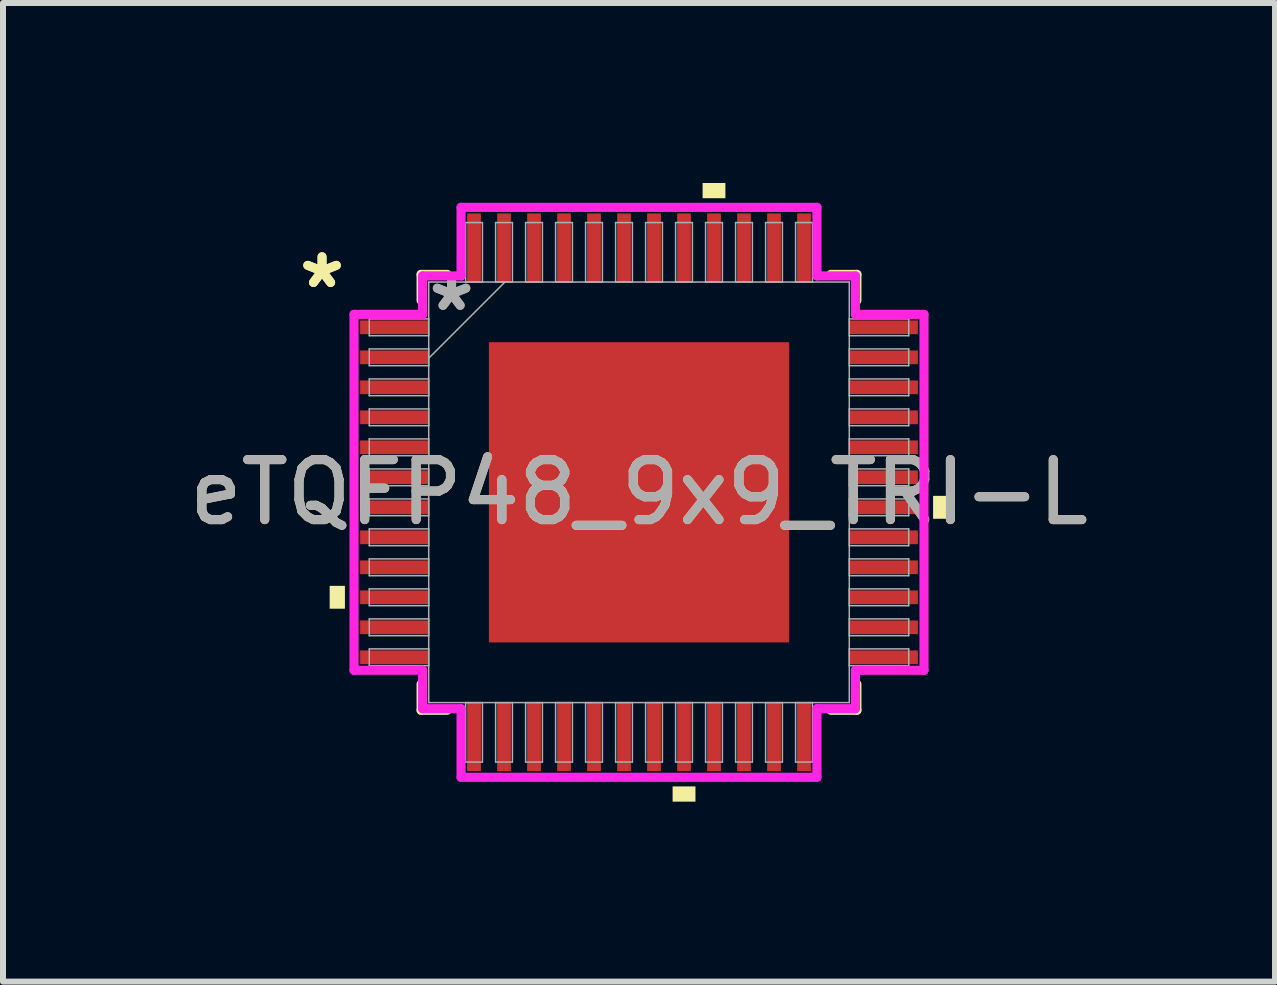
<source format=kicad_pcb>
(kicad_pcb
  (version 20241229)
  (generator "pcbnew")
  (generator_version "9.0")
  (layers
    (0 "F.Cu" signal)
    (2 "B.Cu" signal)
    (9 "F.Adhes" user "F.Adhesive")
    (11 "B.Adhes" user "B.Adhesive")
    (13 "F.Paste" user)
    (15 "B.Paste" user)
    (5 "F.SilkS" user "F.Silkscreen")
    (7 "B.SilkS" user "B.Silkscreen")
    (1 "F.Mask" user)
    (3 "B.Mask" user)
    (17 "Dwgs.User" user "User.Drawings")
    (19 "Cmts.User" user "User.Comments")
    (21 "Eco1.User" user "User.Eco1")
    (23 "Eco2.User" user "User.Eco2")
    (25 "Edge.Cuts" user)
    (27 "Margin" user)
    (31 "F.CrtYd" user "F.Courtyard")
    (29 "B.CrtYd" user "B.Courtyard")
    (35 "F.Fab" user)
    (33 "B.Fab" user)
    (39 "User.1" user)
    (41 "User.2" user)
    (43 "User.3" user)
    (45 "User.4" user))
  (footprint "eTQFP48_9x9_TRI-L"
    (layer "F.Cu")
    (at 7.601 5.156)
    (property "Reference" "eTQFP48_9x9_TRI-L" (at 0 0 0) (unlocked yes) (layer "F.SilkS") (effects (font (size 1 1) (thickness 0.15))))
    (attr smd)
    (fp_line (start -3.632 -3.632) (end -3.632 -3.197) (stroke (width 0.152) (type solid)) (layer "F.SilkS"))
    (fp_line (start -3.632 3.197) (end -3.632 3.632) (stroke (width 0.152) (type solid)) (layer "F.SilkS"))
    (fp_line (start -3.632 3.632) (end -3.197 3.632) (stroke (width 0.152) (type solid)) (layer "F.SilkS"))
    (fp_line (start -3.197 -3.632) (end -3.632 -3.632) (stroke (width 0.152) (type solid)) (layer "F.SilkS"))
    (fp_line (start 3.197 3.632) (end 3.632 3.632) (stroke (width 0.152) (type solid)) (layer "F.SilkS"))
    (fp_line (start 3.632 -3.632) (end 3.197 -3.632) (stroke (width 0.152) (type solid)) (layer "F.SilkS"))
    (fp_line (start 3.632 -3.197) (end 3.632 -3.632) (stroke (width 0.152) (type solid)) (layer "F.SilkS"))
    (fp_line (start 3.632 3.632) (end 3.632 3.197) (stroke (width 0.152) (type solid)) (layer "F.SilkS"))
    (fp_poly (pts (xy -5.156 1.559) (xy -5.156 1.94) (xy -4.902 1.94) (xy -4.902 1.559)) (stroke (width 0) (type solid)) (fill yes) (layer "F.SilkS"))
    (fp_poly (pts (xy 0.56 4.902) (xy 0.56 5.156) (xy 0.941 5.156) (xy 0.941 4.902)) (stroke (width 0) (type solid)) (fill yes) (layer "F.SilkS"))
    (fp_poly (pts (xy 1.06 -4.902) (xy 1.06 -5.156) (xy 1.44 -5.156) (xy 1.44 -4.902)) (stroke (width 0) (type solid)) (fill yes) (layer "F.SilkS"))
    (fp_poly (pts (xy 5.156 0.059) (xy 5.156 0.441) (xy 4.902 0.441) (xy 4.902 0.059)) (stroke (width 0) (type solid)) (fill yes) (layer "F.SilkS"))
    (fp_poly (pts (xy -2.402 -2.402) (xy -2.402 -0.934) (xy -0.934 -0.934) (xy -0.934 -2.402)) (stroke (width 0) (type solid)) (fill yes) (layer "F.Paste"))
    (fp_poly (pts (xy -2.402 -0.734) (xy -2.402 0.734) (xy -0.934 0.734) (xy -0.934 -0.734)) (stroke (width 0) (type solid)) (fill yes) (layer "F.Paste"))
    (fp_poly (pts (xy -2.402 0.934) (xy -2.402 2.402) (xy -0.934 2.402) (xy -0.934 0.934)) (stroke (width 0) (type solid)) (fill yes) (layer "F.Paste"))
    (fp_poly (pts (xy -0.734 -2.402) (xy -0.734 -0.934) (xy 0.734 -0.934) (xy 0.734 -2.402)) (stroke (width 0) (type solid)) (fill yes) (layer "F.Paste"))
    (fp_poly (pts (xy -0.734 -0.734) (xy -0.734 0.734) (xy 0.734 0.734) (xy 0.734 -0.734)) (stroke (width 0) (type solid)) (fill yes) (layer "F.Paste"))
    (fp_poly (pts (xy -0.734 0.934) (xy -0.734 2.402) (xy 0.734 2.402) (xy 0.734 0.934)) (stroke (width 0) (type solid)) (fill yes) (layer "F.Paste"))
    (fp_poly (pts (xy 0.934 -2.402) (xy 0.934 -0.934) (xy 2.402 -0.934) (xy 2.402 -2.402)) (stroke (width 0) (type solid)) (fill yes) (layer "F.Paste"))
    (fp_poly (pts (xy 0.934 -0.734) (xy 0.934 0.734) (xy 2.402 0.734) (xy 2.402 -0.734)) (stroke (width 0) (type solid)) (fill yes) (layer "F.Paste"))
    (fp_poly (pts (xy 0.934 0.934) (xy 0.934 2.402) (xy 2.402 2.402) (xy 2.402 0.934)) (stroke (width 0) (type solid)) (fill yes) (layer "F.Paste"))
    (fp_line (start -4.75 -2.966) (end -3.607 -2.966) (stroke (width 0.152) (type solid)) (layer "F.CrtYd"))
    (fp_line (start -4.75 2.966) (end -4.75 -2.966) (stroke (width 0.152) (type solid)) (layer "F.CrtYd"))
    (fp_line (start -3.607 -3.607) (end -2.966 -3.607) (stroke (width 0.152) (type solid)) (layer "F.CrtYd"))
    (fp_line (start -3.607 -2.966) (end -3.607 -3.607) (stroke (width 0.152) (type solid)) (layer "F.CrtYd"))
    (fp_line (start -3.607 2.966) (end -4.75 2.966) (stroke (width 0.152) (type solid)) (layer "F.CrtYd"))
    (fp_line (start -3.607 3.607) (end -3.607 2.966) (stroke (width 0.152) (type solid)) (layer "F.CrtYd"))
    (fp_line (start -3.607 3.607) (end -2.966 3.607) (stroke (width 0.152) (type solid)) (layer "F.CrtYd"))
    (fp_line (start -2.966 -4.75) (end 2.966 -4.75) (stroke (width 0.152) (type solid)) (layer "F.CrtYd"))
    (fp_line (start -2.966 -3.607) (end -2.966 -4.75) (stroke (width 0.152) (type solid)) (layer "F.CrtYd"))
    (fp_line (start -2.966 3.607) (end -2.966 4.75) (stroke (width 0.152) (type solid)) (layer "F.CrtYd"))
    (fp_line (start -2.966 4.75) (end 2.966 4.75) (stroke (width 0.152) (type solid)) (layer "F.CrtYd"))
    (fp_line (start 2.966 -4.75) (end 2.966 -3.607) (stroke (width 0.152) (type solid)) (layer "F.CrtYd"))
    (fp_line (start 2.966 -3.607) (end 3.607 -3.607) (stroke (width 0.152) (type solid)) (layer "F.CrtYd"))
    (fp_line (start 2.966 3.607) (end 3.607 3.607) (stroke (width 0.152) (type solid)) (layer "F.CrtYd"))
    (fp_line (start 2.966 4.75) (end 2.966 3.607) (stroke (width 0.152) (type solid)) (layer "F.CrtYd"))
    (fp_line (start 3.607 -2.966) (end 3.607 -3.607) (stroke (width 0.152) (type solid)) (layer "F.CrtYd"))
    (fp_line (start 3.607 2.966) (end 4.75 2.966) (stroke (width 0.152) (type solid)) (layer "F.CrtYd"))
    (fp_line (start 3.607 3.607) (end 3.607 2.966) (stroke (width 0.152) (type solid)) (layer "F.CrtYd"))
    (fp_line (start 4.75 -2.966) (end 3.607 -2.966) (stroke (width 0.152) (type solid)) (layer "F.CrtYd"))
    (fp_line (start 4.75 2.966) (end 4.75 -2.966) (stroke (width 0.152) (type solid)) (layer "F.CrtYd"))
    (fp_line (start -4.496 -2.89) (end -4.496 -2.61) (stroke (width 0.025) (type solid)) (layer "F.Fab"))
    (fp_line (start -4.496 -2.61) (end -3.505 -2.61) (stroke (width 0.025) (type solid)) (layer "F.Fab"))
    (fp_line (start -4.496 -2.39) (end -4.496 -2.11) (stroke (width 0.025) (type solid)) (layer "F.Fab"))
    (fp_line (start -4.496 -2.11) (end -3.505 -2.11) (stroke (width 0.025) (type solid)) (layer "F.Fab"))
    (fp_line (start -4.496 -1.89) (end -4.496 -1.61) (stroke (width 0.025) (type solid)) (layer "F.Fab"))
    (fp_line (start -4.496 -1.61) (end -3.505 -1.61) (stroke (width 0.025) (type solid)) (layer "F.Fab"))
    (fp_line (start -4.496 -1.39) (end -4.496 -1.11) (stroke (width 0.025) (type solid)) (layer "F.Fab"))
    (fp_line (start -4.496 -1.11) (end -3.505 -1.11) (stroke (width 0.025) (type solid)) (layer "F.Fab"))
    (fp_line (start -4.496 -0.89) (end -4.496 -0.61) (stroke (width 0.025) (type solid)) (layer "F.Fab"))
    (fp_line (start -4.496 -0.61) (end -3.505 -0.61) (stroke (width 0.025) (type solid)) (layer "F.Fab"))
    (fp_line (start -4.496 -0.39) (end -4.496 -0.11) (stroke (width 0.025) (type solid)) (layer "F.Fab"))
    (fp_line (start -4.496 -0.11) (end -3.505 -0.11) (stroke (width 0.025) (type solid)) (layer "F.Fab"))
    (fp_line (start -4.496 0.11) (end -4.496 0.39) (stroke (width 0.025) (type solid)) (layer "F.Fab"))
    (fp_line (start -4.496 0.39) (end -3.505 0.39) (stroke (width 0.025) (type solid)) (layer "F.Fab"))
    (fp_line (start -4.496 0.61) (end -4.496 0.89) (stroke (width 0.025) (type solid)) (layer "F.Fab"))
    (fp_line (start -4.496 0.89) (end -3.505 0.89) (stroke (width 0.025) (type solid)) (layer "F.Fab"))
    (fp_line (start -4.496 1.11) (end -4.496 1.39) (stroke (width 0.025) (type solid)) (layer "F.Fab"))
    (fp_line (start -4.496 1.39) (end -3.505 1.39) (stroke (width 0.025) (type solid)) (layer "F.Fab"))
    (fp_line (start -4.496 1.61) (end -4.496 1.89) (stroke (width 0.025) (type solid)) (layer "F.Fab"))
    (fp_line (start -4.496 1.89) (end -3.505 1.89) (stroke (width 0.025) (type solid)) (layer "F.Fab"))
    (fp_line (start -4.496 2.11) (end -4.496 2.39) (stroke (width 0.025) (type solid)) (layer "F.Fab"))
    (fp_line (start -4.496 2.39) (end -3.505 2.39) (stroke (width 0.025) (type solid)) (layer "F.Fab"))
    (fp_line (start -4.496 2.61) (end -4.496 2.89) (stroke (width 0.025) (type solid)) (layer "F.Fab"))
    (fp_line (start -4.496 2.89) (end -3.505 2.89) (stroke (width 0.025) (type solid)) (layer "F.Fab"))
    (fp_line (start -3.505 -3.505) (end -3.505 3.505) (stroke (width 0.025) (type solid)) (layer "F.Fab"))
    (fp_line (start -3.505 -2.89) (end -4.496 -2.89) (stroke (width 0.025) (type solid)) (layer "F.Fab"))
    (fp_line (start -3.505 -2.61) (end -3.505 -2.89) (stroke (width 0.025) (type solid)) (layer "F.Fab"))
    (fp_line (start -3.505 -2.39) (end -4.496 -2.39) (stroke (width 0.025) (type solid)) (layer "F.Fab"))
    (fp_line (start -3.505 -2.235) (end -2.235 -3.505) (stroke (width 0.025) (type solid)) (layer "F.Fab"))
    (fp_line (start -3.505 -2.11) (end -3.505 -2.39) (stroke (width 0.025) (type solid)) (layer "F.Fab"))
    (fp_line (start -3.505 -1.89) (end -4.496 -1.89) (stroke (width 0.025) (type solid)) (layer "F.Fab"))
    (fp_line (start -3.505 -1.61) (end -3.505 -1.89) (stroke (width 0.025) (type solid)) (layer "F.Fab"))
    (fp_line (start -3.505 -1.39) (end -4.496 -1.39) (stroke (width 0.025) (type solid)) (layer "F.Fab"))
    (fp_line (start -3.505 -1.11) (end -3.505 -1.39) (stroke (width 0.025) (type solid)) (layer "F.Fab"))
    (fp_line (start -3.505 -0.89) (end -4.496 -0.89) (stroke (width 0.025) (type solid)) (layer "F.Fab"))
    (fp_line (start -3.505 -0.61) (end -3.505 -0.89) (stroke (width 0.025) (type solid)) (layer "F.Fab"))
    (fp_line (start -3.505 -0.39) (end -4.496 -0.39) (stroke (width 0.025) (type solid)) (layer "F.Fab"))
    (fp_line (start -3.505 -0.11) (end -3.505 -0.39) (stroke (width 0.025) (type solid)) (layer "F.Fab"))
    (fp_line (start -3.505 0.11) (end -4.496 0.11) (stroke (width 0.025) (type solid)) (layer "F.Fab"))
    (fp_line (start -3.505 0.39) (end -3.505 0.11) (stroke (width 0.025) (type solid)) (layer "F.Fab"))
    (fp_line (start -3.505 0.61) (end -4.496 0.61) (stroke (width 0.025) (type solid)) (layer "F.Fab"))
    (fp_line (start -3.505 0.89) (end -3.505 0.61) (stroke (width 0.025) (type solid)) (layer "F.Fab"))
    (fp_line (start -3.505 1.11) (end -4.496 1.11) (stroke (width 0.025) (type solid)) (layer "F.Fab"))
    (fp_line (start -3.505 1.39) (end -3.505 1.11) (stroke (width 0.025) (type solid)) (layer "F.Fab"))
    (fp_line (start -3.505 1.61) (end -4.496 1.61) (stroke (width 0.025) (type solid)) (layer "F.Fab"))
    (fp_line (start -3.505 1.89) (end -3.505 1.61) (stroke (width 0.025) (type solid)) (layer "F.Fab"))
    (fp_line (start -3.505 2.11) (end -4.496 2.11) (stroke (width 0.025) (type solid)) (layer "F.Fab"))
    (fp_line (start -3.505 2.39) (end -3.505 2.11) (stroke (width 0.025) (type solid)) (layer "F.Fab"))
    (fp_line (start -3.505 2.61) (end -4.496 2.61) (stroke (width 0.025) (type solid)) (layer "F.Fab"))
    (fp_line (start -3.505 2.89) (end -3.505 2.61) (stroke (width 0.025) (type solid)) (layer "F.Fab"))
    (fp_line (start -3.505 3.505) (end 3.505 3.505) (stroke (width 0.025) (type solid)) (layer "F.Fab"))
    (fp_line (start -2.89 -4.496) (end -2.89 -3.505) (stroke (width 0.025) (type solid)) (layer "F.Fab"))
    (fp_line (start -2.89 -3.505) (end -2.61 -3.505) (stroke (width 0.025) (type solid)) (layer "F.Fab"))
    (fp_line (start -2.89 3.505) (end -2.89 4.496) (stroke (width 0.025) (type solid)) (layer "F.Fab"))
    (fp_line (start -2.89 4.496) (end -2.61 4.496) (stroke (width 0.025) (type solid)) (layer "F.Fab"))
    (fp_line (start -2.61 -4.496) (end -2.89 -4.496) (stroke (width 0.025) (type solid)) (layer "F.Fab"))
    (fp_line (start -2.61 -3.505) (end -2.61 -4.496) (stroke (width 0.025) (type solid)) (layer "F.Fab"))
    (fp_line (start -2.61 3.505) (end -2.89 3.505) (stroke (width 0.025) (type solid)) (layer "F.Fab"))
    (fp_line (start -2.61 4.496) (end -2.61 3.505) (stroke (width 0.025) (type solid)) (layer "F.Fab"))
    (fp_line (start -2.39 -4.496) (end -2.39 -3.505) (stroke (width 0.025) (type solid)) (layer "F.Fab"))
    (fp_line (start -2.39 -3.505) (end -2.11 -3.505) (stroke (width 0.025) (type solid)) (layer "F.Fab"))
    (fp_line (start -2.39 3.505) (end -2.39 4.496) (stroke (width 0.025) (type solid)) (layer "F.Fab"))
    (fp_line (start -2.39 4.496) (end -2.11 4.496) (stroke (width 0.025) (type solid)) (layer "F.Fab"))
    (fp_line (start -2.11 -4.496) (end -2.39 -4.496) (stroke (width 0.025) (type solid)) (layer "F.Fab"))
    (fp_line (start -2.11 -3.505) (end -2.11 -4.496) (stroke (width 0.025) (type solid)) (layer "F.Fab"))
    (fp_line (start -2.11 3.505) (end -2.39 3.505) (stroke (width 0.025) (type solid)) (layer "F.Fab"))
    (fp_line (start -2.11 4.496) (end -2.11 3.505) (stroke (width 0.025) (type solid)) (layer "F.Fab"))
    (fp_line (start -1.89 -4.496) (end -1.89 -3.505) (stroke (width 0.025) (type solid)) (layer "F.Fab"))
    (fp_line (start -1.89 -3.505) (end -1.61 -3.505) (stroke (width 0.025) (type solid)) (layer "F.Fab"))
    (fp_line (start -1.89 3.505) (end -1.89 4.496) (stroke (width 0.025) (type solid)) (layer "F.Fab"))
    (fp_line (start -1.89 4.496) (end -1.61 4.496) (stroke (width 0.025) (type solid)) (layer "F.Fab"))
    (fp_line (start -1.61 -4.496) (end -1.89 -4.496) (stroke (width 0.025) (type solid)) (layer "F.Fab"))
    (fp_line (start -1.61 -3.505) (end -1.61 -4.496) (stroke (width 0.025) (type solid)) (layer "F.Fab"))
    (fp_line (start -1.61 3.505) (end -1.89 3.505) (stroke (width 0.025) (type solid)) (layer "F.Fab"))
    (fp_line (start -1.61 4.496) (end -1.61 3.505) (stroke (width 0.025) (type solid)) (layer "F.Fab"))
    (fp_line (start -1.39 -4.496) (end -1.39 -3.505) (stroke (width 0.025) (type solid)) (layer "F.Fab"))
    (fp_line (start -1.39 -3.505) (end -1.11 -3.505) (stroke (width 0.025) (type solid)) (layer "F.Fab"))
    (fp_line (start -1.39 3.505) (end -1.39 4.496) (stroke (width 0.025) (type solid)) (layer "F.Fab"))
    (fp_line (start -1.39 4.496) (end -1.11 4.496) (stroke (width 0.025) (type solid)) (layer "F.Fab"))
    (fp_line (start -1.11 -4.496) (end -1.39 -4.496) (stroke (width 0.025) (type solid)) (layer "F.Fab"))
    (fp_line (start -1.11 -3.505) (end -1.11 -4.496) (stroke (width 0.025) (type solid)) (layer "F.Fab"))
    (fp_line (start -1.11 3.505) (end -1.39 3.505) (stroke (width 0.025) (type solid)) (layer "F.Fab"))
    (fp_line (start -1.11 4.496) (end -1.11 3.505) (stroke (width 0.025) (type solid)) (layer "F.Fab"))
    (fp_line (start -0.89 -4.496) (end -0.89 -3.505) (stroke (width 0.025) (type solid)) (layer "F.Fab"))
    (fp_line (start -0.89 -3.505) (end -0.61 -3.505) (stroke (width 0.025) (type solid)) (layer "F.Fab"))
    (fp_line (start -0.89 3.505) (end -0.89 4.496) (stroke (width 0.025) (type solid)) (layer "F.Fab"))
    (fp_line (start -0.89 4.496) (end -0.61 4.496) (stroke (width 0.025) (type solid)) (layer "F.Fab"))
    (fp_line (start -0.61 -4.496) (end -0.89 -4.496) (stroke (width 0.025) (type solid)) (layer "F.Fab"))
    (fp_line (start -0.61 -3.505) (end -0.61 -4.496) (stroke (width 0.025) (type solid)) (layer "F.Fab"))
    (fp_line (start -0.61 3.505) (end -0.89 3.505) (stroke (width 0.025) (type solid)) (layer "F.Fab"))
    (fp_line (start -0.61 4.496) (end -0.61 3.505) (stroke (width 0.025) (type solid)) (layer "F.Fab"))
    (fp_line (start -0.39 -4.496) (end -0.39 -3.505) (stroke (width 0.025) (type solid)) (layer "F.Fab"))
    (fp_line (start -0.39 -3.505) (end -0.11 -3.505) (stroke (width 0.025) (type solid)) (layer "F.Fab"))
    (fp_line (start -0.39 3.505) (end -0.39 4.496) (stroke (width 0.025) (type solid)) (layer "F.Fab"))
    (fp_line (start -0.39 4.496) (end -0.11 4.496) (stroke (width 0.025) (type solid)) (layer "F.Fab"))
    (fp_line (start -0.11 -4.496) (end -0.39 -4.496) (stroke (width 0.025) (type solid)) (layer "F.Fab"))
    (fp_line (start -0.11 -3.505) (end -0.11 -4.496) (stroke (width 0.025) (type solid)) (layer "F.Fab"))
    (fp_line (start -0.11 3.505) (end -0.39 3.505) (stroke (width 0.025) (type solid)) (layer "F.Fab"))
    (fp_line (start -0.11 4.496) (end -0.11 3.505) (stroke (width 0.025) (type solid)) (layer "F.Fab"))
    (fp_line (start 0.11 -4.496) (end 0.11 -3.505) (stroke (width 0.025) (type solid)) (layer "F.Fab"))
    (fp_line (start 0.11 -3.505) (end 0.39 -3.505) (stroke (width 0.025) (type solid)) (layer "F.Fab"))
    (fp_line (start 0.11 3.505) (end 0.11 4.496) (stroke (width 0.025) (type solid)) (layer "F.Fab"))
    (fp_line (start 0.11 4.496) (end 0.39 4.496) (stroke (width 0.025) (type solid)) (layer "F.Fab"))
    (fp_line (start 0.39 -4.496) (end 0.11 -4.496) (stroke (width 0.025) (type solid)) (layer "F.Fab"))
    (fp_line (start 0.39 -3.505) (end 0.39 -4.496) (stroke (width 0.025) (type solid)) (layer "F.Fab"))
    (fp_line (start 0.39 3.505) (end 0.11 3.505) (stroke (width 0.025) (type solid)) (layer "F.Fab"))
    (fp_line (start 0.39 4.496) (end 0.39 3.505) (stroke (width 0.025) (type solid)) (layer "F.Fab"))
    (fp_line (start 0.61 -4.496) (end 0.61 -3.505) (stroke (width 0.025) (type solid)) (layer "F.Fab"))
    (fp_line (start 0.61 -3.505) (end 0.89 -3.505) (stroke (width 0.025) (type solid)) (layer "F.Fab"))
    (fp_line (start 0.61 3.505) (end 0.61 4.496) (stroke (width 0.025) (type solid)) (layer "F.Fab"))
    (fp_line (start 0.61 4.496) (end 0.89 4.496) (stroke (width 0.025) (type solid)) (layer "F.Fab"))
    (fp_line (start 0.89 -4.496) (end 0.61 -4.496) (stroke (width 0.025) (type solid)) (layer "F.Fab"))
    (fp_line (start 0.89 -3.505) (end 0.89 -4.496) (stroke (width 0.025) (type solid)) (layer "F.Fab"))
    (fp_line (start 0.89 3.505) (end 0.61 3.505) (stroke (width 0.025) (type solid)) (layer "F.Fab"))
    (fp_line (start 0.89 4.496) (end 0.89 3.505) (stroke (width 0.025) (type solid)) (layer "F.Fab"))
    (fp_line (start 1.11 -4.496) (end 1.11 -3.505) (stroke (width 0.025) (type solid)) (layer "F.Fab"))
    (fp_line (start 1.11 -3.505) (end 1.39 -3.505) (stroke (width 0.025) (type solid)) (layer "F.Fab"))
    (fp_line (start 1.11 3.505) (end 1.11 4.496) (stroke (width 0.025) (type solid)) (layer "F.Fab"))
    (fp_line (start 1.11 4.496) (end 1.39 4.496) (stroke (width 0.025) (type solid)) (layer "F.Fab"))
    (fp_line (start 1.39 -4.496) (end 1.11 -4.496) (stroke (width 0.025) (type solid)) (layer "F.Fab"))
    (fp_line (start 1.39 -3.505) (end 1.39 -4.496) (stroke (width 0.025) (type solid)) (layer "F.Fab"))
    (fp_line (start 1.39 3.505) (end 1.11 3.505) (stroke (width 0.025) (type solid)) (layer "F.Fab"))
    (fp_line (start 1.39 4.496) (end 1.39 3.505) (stroke (width 0.025) (type solid)) (layer "F.Fab"))
    (fp_line (start 1.61 -4.496) (end 1.61 -3.505) (stroke (width 0.025) (type solid)) (layer "F.Fab"))
    (fp_line (start 1.61 -3.505) (end 1.89 -3.505) (stroke (width 0.025) (type solid)) (layer "F.Fab"))
    (fp_line (start 1.61 3.505) (end 1.61 4.496) (stroke (width 0.025) (type solid)) (layer "F.Fab"))
    (fp_line (start 1.61 4.496) (end 1.89 4.496) (stroke (width 0.025) (type solid)) (layer "F.Fab"))
    (fp_line (start 1.89 -4.496) (end 1.61 -4.496) (stroke (width 0.025) (type solid)) (layer "F.Fab"))
    (fp_line (start 1.89 -3.505) (end 1.89 -4.496) (stroke (width 0.025) (type solid)) (layer "F.Fab"))
    (fp_line (start 1.89 3.505) (end 1.61 3.505) (stroke (width 0.025) (type solid)) (layer "F.Fab"))
    (fp_line (start 1.89 4.496) (end 1.89 3.505) (stroke (width 0.025) (type solid)) (layer "F.Fab"))
    (fp_line (start 2.11 -4.496) (end 2.11 -3.505) (stroke (width 0.025) (type solid)) (layer "F.Fab"))
    (fp_line (start 2.11 -3.505) (end 2.39 -3.505) (stroke (width 0.025) (type solid)) (layer "F.Fab"))
    (fp_line (start 2.11 3.505) (end 2.11 4.496) (stroke (width 0.025) (type solid)) (layer "F.Fab"))
    (fp_line (start 2.11 4.496) (end 2.39 4.496) (stroke (width 0.025) (type solid)) (layer "F.Fab"))
    (fp_line (start 2.39 -4.496) (end 2.11 -4.496) (stroke (width 0.025) (type solid)) (layer "F.Fab"))
    (fp_line (start 2.39 -3.505) (end 2.39 -4.496) (stroke (width 0.025) (type solid)) (layer "F.Fab"))
    (fp_line (start 2.39 3.505) (end 2.11 3.505) (stroke (width 0.025) (type solid)) (layer "F.Fab"))
    (fp_line (start 2.39 4.496) (end 2.39 3.505) (stroke (width 0.025) (type solid)) (layer "F.Fab"))
    (fp_line (start 2.61 -4.496) (end 2.61 -3.505) (stroke (width 0.025) (type solid)) (layer "F.Fab"))
    (fp_line (start 2.61 -3.505) (end 2.89 -3.505) (stroke (width 0.025) (type solid)) (layer "F.Fab"))
    (fp_line (start 2.61 3.505) (end 2.61 4.496) (stroke (width 0.025) (type solid)) (layer "F.Fab"))
    (fp_line (start 2.61 4.496) (end 2.89 4.496) (stroke (width 0.025) (type solid)) (layer "F.Fab"))
    (fp_line (start 2.89 -4.496) (end 2.61 -4.496) (stroke (width 0.025) (type solid)) (layer "F.Fab"))
    (fp_line (start 2.89 -3.505) (end 2.89 -4.496) (stroke (width 0.025) (type solid)) (layer "F.Fab"))
    (fp_line (start 2.89 3.505) (end 2.61 3.505) (stroke (width 0.025) (type solid)) (layer "F.Fab"))
    (fp_line (start 2.89 4.496) (end 2.89 3.505) (stroke (width 0.025) (type solid)) (layer "F.Fab"))
    (fp_line (start 3.505 -3.505) (end -3.505 -3.505) (stroke (width 0.025) (type solid)) (layer "F.Fab"))
    (fp_line (start 3.505 -2.89) (end 3.505 -2.61) (stroke (width 0.025) (type solid)) (layer "F.Fab"))
    (fp_line (start 3.505 -2.61) (end 4.496 -2.61) (stroke (width 0.025) (type solid)) (layer "F.Fab"))
    (fp_line (start 3.505 -2.39) (end 3.505 -2.11) (stroke (width 0.025) (type solid)) (layer "F.Fab"))
    (fp_line (start 3.505 -2.11) (end 4.496 -2.11) (stroke (width 0.025) (type solid)) (layer "F.Fab"))
    (fp_line (start 3.505 -1.89) (end 3.505 -1.61) (stroke (width 0.025) (type solid)) (layer "F.Fab"))
    (fp_line (start 3.505 -1.61) (end 4.496 -1.61) (stroke (width 0.025) (type solid)) (layer "F.Fab"))
    (fp_line (start 3.505 -1.39) (end 3.505 -1.11) (stroke (width 0.025) (type solid)) (layer "F.Fab"))
    (fp_line (start 3.505 -1.11) (end 4.496 -1.11) (stroke (width 0.025) (type solid)) (layer "F.Fab"))
    (fp_line (start 3.505 -0.89) (end 3.505 -0.61) (stroke (width 0.025) (type solid)) (layer "F.Fab"))
    (fp_line (start 3.505 -0.61) (end 4.496 -0.61) (stroke (width 0.025) (type solid)) (layer "F.Fab"))
    (fp_line (start 3.505 -0.39) (end 3.505 -0.11) (stroke (width 0.025) (type solid)) (layer "F.Fab"))
    (fp_line (start 3.505 -0.11) (end 4.496 -0.11) (stroke (width 0.025) (type solid)) (layer "F.Fab"))
    (fp_line (start 3.505 0.11) (end 3.505 0.39) (stroke (width 0.025) (type solid)) (layer "F.Fab"))
    (fp_line (start 3.505 0.39) (end 4.496 0.39) (stroke (width 0.025) (type solid)) (layer "F.Fab"))
    (fp_line (start 3.505 0.61) (end 3.505 0.89) (stroke (width 0.025) (type solid)) (layer "F.Fab"))
    (fp_line (start 3.505 0.89) (end 4.496 0.89) (stroke (width 0.025) (type solid)) (layer "F.Fab"))
    (fp_line (start 3.505 1.11) (end 3.505 1.39) (stroke (width 0.025) (type solid)) (layer "F.Fab"))
    (fp_line (start 3.505 1.39) (end 4.496 1.39) (stroke (width 0.025) (type solid)) (layer "F.Fab"))
    (fp_line (start 3.505 1.61) (end 3.505 1.89) (stroke (width 0.025) (type solid)) (layer "F.Fab"))
    (fp_line (start 3.505 1.89) (end 4.496 1.89) (stroke (width 0.025) (type solid)) (layer "F.Fab"))
    (fp_line (start 3.505 2.11) (end 3.505 2.39) (stroke (width 0.025) (type solid)) (layer "F.Fab"))
    (fp_line (start 3.505 2.39) (end 4.496 2.39) (stroke (width 0.025) (type solid)) (layer "F.Fab"))
    (fp_line (start 3.505 2.61) (end 3.505 2.89) (stroke (width 0.025) (type solid)) (layer "F.Fab"))
    (fp_line (start 3.505 2.89) (end 4.496 2.89) (stroke (width 0.025) (type solid)) (layer "F.Fab"))
    (fp_line (start 3.505 3.505) (end 3.505 -3.505) (stroke (width 0.025) (type solid)) (layer "F.Fab"))
    (fp_line (start 4.496 -2.89) (end 3.505 -2.89) (stroke (width 0.025) (type solid)) (layer "F.Fab"))
    (fp_line (start 4.496 -2.61) (end 4.496 -2.89) (stroke (width 0.025) (type solid)) (layer "F.Fab"))
    (fp_line (start 4.496 -2.39) (end 3.505 -2.39) (stroke (width 0.025) (type solid)) (layer "F.Fab"))
    (fp_line (start 4.496 -2.11) (end 4.496 -2.39) (stroke (width 0.025) (type solid)) (layer "F.Fab"))
    (fp_line (start 4.496 -1.89) (end 3.505 -1.89) (stroke (width 0.025) (type solid)) (layer "F.Fab"))
    (fp_line (start 4.496 -1.61) (end 4.496 -1.89) (stroke (width 0.025) (type solid)) (layer "F.Fab"))
    (fp_line (start 4.496 -1.39) (end 3.505 -1.39) (stroke (width 0.025) (type solid)) (layer "F.Fab"))
    (fp_line (start 4.496 -1.11) (end 4.496 -1.39) (stroke (width 0.025) (type solid)) (layer "F.Fab"))
    (fp_line (start 4.496 -0.89) (end 3.505 -0.89) (stroke (width 0.025) (type solid)) (layer "F.Fab"))
    (fp_line (start 4.496 -0.61) (end 4.496 -0.89) (stroke (width 0.025) (type solid)) (layer "F.Fab"))
    (fp_line (start 4.496 -0.39) (end 3.505 -0.39) (stroke (width 0.025) (type solid)) (layer "F.Fab"))
    (fp_line (start 4.496 -0.11) (end 4.496 -0.39) (stroke (width 0.025) (type solid)) (layer "F.Fab"))
    (fp_line (start 4.496 0.11) (end 3.505 0.11) (stroke (width 0.025) (type solid)) (layer "F.Fab"))
    (fp_line (start 4.496 0.39) (end 4.496 0.11) (stroke (width 0.025) (type solid)) (layer "F.Fab"))
    (fp_line (start 4.496 0.61) (end 3.505 0.61) (stroke (width 0.025) (type solid)) (layer "F.Fab"))
    (fp_line (start 4.496 0.89) (end 4.496 0.61) (stroke (width 0.025) (type solid)) (layer "F.Fab"))
    (fp_line (start 4.496 1.11) (end 3.505 1.11) (stroke (width 0.025) (type solid)) (layer "F.Fab"))
    (fp_line (start 4.496 1.39) (end 4.496 1.11) (stroke (width 0.025) (type solid)) (layer "F.Fab"))
    (fp_line (start 4.496 1.61) (end 3.505 1.61) (stroke (width 0.025) (type solid)) (layer "F.Fab"))
    (fp_line (start 4.496 1.89) (end 4.496 1.61) (stroke (width 0.025) (type solid)) (layer "F.Fab"))
    (fp_line (start 4.496 2.11) (end 3.505 2.11) (stroke (width 0.025) (type solid)) (layer "F.Fab"))
    (fp_line (start 4.496 2.39) (end 4.496 2.11) (stroke (width 0.025) (type solid)) (layer "F.Fab"))
    (fp_line (start 4.496 2.61) (end 3.505 2.61) (stroke (width 0.025) (type solid)) (layer "F.Fab"))
    (fp_line (start 4.496 2.89) (end 4.496 2.61) (stroke (width 0.025) (type solid)) (layer "F.Fab"))
    (fp_text user "*" (at -5.283 -3.381 0) (unlocked yes) (layer "F.SilkS") (effects (font (size 1 1) (thickness 0.15))))
    (fp_text user "*" (at -5.283 -3.381 0) (layer "F.SilkS") (effects (font (size 1 1) (thickness 0.15))))
    (fp_text user "*" (at -3.124 -3 0) (unlocked yes) (layer "F.Fab") (effects (font (size 1 1) (thickness 0.15))))
    (fp_text user "*" (at -3.124 -3 0) (layer "F.Fab") (effects (font (size 1 1) (thickness 0.15))))
    (fp_text user "${REFERENCE}" (at 0 0 0) (unlocked yes) (layer "F.Fab") (effects (font (size 1 1) (thickness 0.15))))
    (pad "1" smd rect (at -4.077 -2.75 90) (size 0.229 1.143) (layers "F.Cu" "F.Mask" "F.Paste"))
    (pad "2" smd rect (at -4.077 -2.25 90) (size 0.229 1.143) (layers "F.Cu" "F.Mask" "F.Paste"))
    (pad "3" smd rect (at -4.077 -1.75 90) (size 0.229 1.143) (layers "F.Cu" "F.Mask" "F.Paste"))
    (pad "4" smd rect (at -4.077 -1.25 90) (size 0.229 1.143) (layers "F.Cu" "F.Mask" "F.Paste"))
    (pad "5" smd rect (at -4.077 -0.75 90) (size 0.229 1.143) (layers "F.Cu" "F.Mask" "F.Paste"))
    (pad "6" smd rect (at -4.077 -0.25 90) (size 0.229 1.143) (layers "F.Cu" "F.Mask" "F.Paste"))
    (pad "7" smd rect (at -4.077 0.25 90) (size 0.229 1.143) (layers "F.Cu" "F.Mask" "F.Paste"))
    (pad "8" smd rect (at -4.077 0.75 90) (size 0.229 1.143) (layers "F.Cu" "F.Mask" "F.Paste"))
    (pad "9" smd rect (at -4.077 1.25 90) (size 0.229 1.143) (layers "F.Cu" "F.Mask" "F.Paste"))
    (pad "10" smd rect (at -4.077 1.75 90) (size 0.229 1.143) (layers "F.Cu" "F.Mask" "F.Paste"))
    (pad "11" smd rect (at -4.077 2.25 90) (size 0.229 1.143) (layers "F.Cu" "F.Mask" "F.Paste"))
    (pad "12" smd rect (at -4.077 2.75 90) (size 0.229 1.143) (layers "F.Cu" "F.Mask" "F.Paste"))
    (pad "13" smd rect (at -2.75 4.077) (size 0.229 1.143) (layers "F.Cu" "F.Mask" "F.Paste"))
    (pad "14" smd rect (at -2.25 4.077) (size 0.229 1.143) (layers "F.Cu" "F.Mask" "F.Paste"))
    (pad "15" smd rect (at -1.75 4.077) (size 0.229 1.143) (layers "F.Cu" "F.Mask" "F.Paste"))
    (pad "16" smd rect (at -1.25 4.077) (size 0.229 1.143) (layers "F.Cu" "F.Mask" "F.Paste"))
    (pad "17" smd rect (at -0.75 4.077) (size 0.229 1.143) (layers "F.Cu" "F.Mask" "F.Paste"))
    (pad "18" smd rect (at -0.25 4.077) (size 0.229 1.143) (layers "F.Cu" "F.Mask" "F.Paste"))
    (pad "19" smd rect (at 0.25 4.077) (size 0.229 1.143) (layers "F.Cu" "F.Mask" "F.Paste"))
    (pad "20" smd rect (at 0.75 4.077) (size 0.229 1.143) (layers "F.Cu" "F.Mask" "F.Paste"))
    (pad "21" smd rect (at 1.25 4.077) (size 0.229 1.143) (layers "F.Cu" "F.Mask" "F.Paste"))
    (pad "22" smd rect (at 1.75 4.077) (size 0.229 1.143) (layers "F.Cu" "F.Mask" "F.Paste"))
    (pad "23" smd rect (at 2.25 4.077) (size 0.229 1.143) (layers "F.Cu" "F.Mask" "F.Paste"))
    (pad "24" smd rect (at 2.75 4.077) (size 0.229 1.143) (layers "F.Cu" "F.Mask" "F.Paste"))
    (pad "25" smd rect (at 4.077 2.75 90) (size 0.229 1.143) (layers "F.Cu" "F.Mask" "F.Paste"))
    (pad "26" smd rect (at 4.077 2.25 90) (size 0.229 1.143) (layers "F.Cu" "F.Mask" "F.Paste"))
    (pad "27" smd rect (at 4.077 1.75 90) (size 0.229 1.143) (layers "F.Cu" "F.Mask" "F.Paste"))
    (pad "28" smd rect (at 4.077 1.25 90) (size 0.229 1.143) (layers "F.Cu" "F.Mask" "F.Paste"))
    (pad "29" smd rect (at 4.077 0.75 90) (size 0.229 1.143) (layers "F.Cu" "F.Mask" "F.Paste"))
    (pad "30" smd rect (at 4.077 0.25 90) (size 0.229 1.143) (layers "F.Cu" "F.Mask" "F.Paste"))
    (pad "31" smd rect (at 4.077 -0.25 90) (size 0.229 1.143) (layers "F.Cu" "F.Mask" "F.Paste"))
    (pad "32" smd rect (at 4.077 -0.75 90) (size 0.229 1.143) (layers "F.Cu" "F.Mask" "F.Paste"))
    (pad "33" smd rect (at 4.077 -1.25 90) (size 0.229 1.143) (layers "F.Cu" "F.Mask" "F.Paste"))
    (pad "34" smd rect (at 4.077 -1.75 90) (size 0.229 1.143) (layers "F.Cu" "F.Mask" "F.Paste"))
    (pad "35" smd rect (at 4.077 -2.25 90) (size 0.229 1.143) (layers "F.Cu" "F.Mask" "F.Paste"))
    (pad "36" smd rect (at 4.077 -2.75 90) (size 0.229 1.143) (layers "F.Cu" "F.Mask" "F.Paste"))
    (pad "37" smd rect (at 2.75 -4.077) (size 0.229 1.143) (layers "F.Cu" "F.Mask" "F.Paste"))
    (pad "38" smd rect (at 2.25 -4.077) (size 0.229 1.143) (layers "F.Cu" "F.Mask" "F.Paste"))
    (pad "39" smd rect (at 1.75 -4.077) (size 0.229 1.143) (layers "F.Cu" "F.Mask" "F.Paste"))
    (pad "40" smd rect (at 1.25 -4.077) (size 0.229 1.143) (layers "F.Cu" "F.Mask" "F.Paste"))
    (pad "41" smd rect (at 0.75 -4.077) (size 0.229 1.143) (layers "F.Cu" "F.Mask" "F.Paste"))
    (pad "42" smd rect (at 0.25 -4.077) (size 0.229 1.143) (layers "F.Cu" "F.Mask" "F.Paste"))
    (pad "43" smd rect (at -0.25 -4.077) (size 0.229 1.143) (layers "F.Cu" "F.Mask" "F.Paste"))
    (pad "44" smd rect (at -0.75 -4.077) (size 0.229 1.143) (layers "F.Cu" "F.Mask" "F.Paste"))
    (pad "45" smd rect (at -1.25 -4.077) (size 0.229 1.143) (layers "F.Cu" "F.Mask" "F.Paste"))
    (pad "46" smd rect (at -1.75 -4.077) (size 0.229 1.143) (layers "F.Cu" "F.Mask" "F.Paste"))
    (pad "47" smd rect (at -2.25 -4.077) (size 0.229 1.143) (layers "F.Cu" "F.Mask" "F.Paste"))
    (pad "48" smd rect (at -2.75 -4.077) (size 0.229 1.143) (layers "F.Cu" "F.Mask" "F.Paste"))
    (pad "EPAD" smd rect (at 0 0) (size 5.004 5.004) (layers "F.Cu" "F.Mask")))
  (gr_rect
    (start -3 -3)
    (end 18.202 13.312)
    (stroke (width 0.1) (type default))
    (fill no)
    (layer "Edge.Cuts")))
</source>
